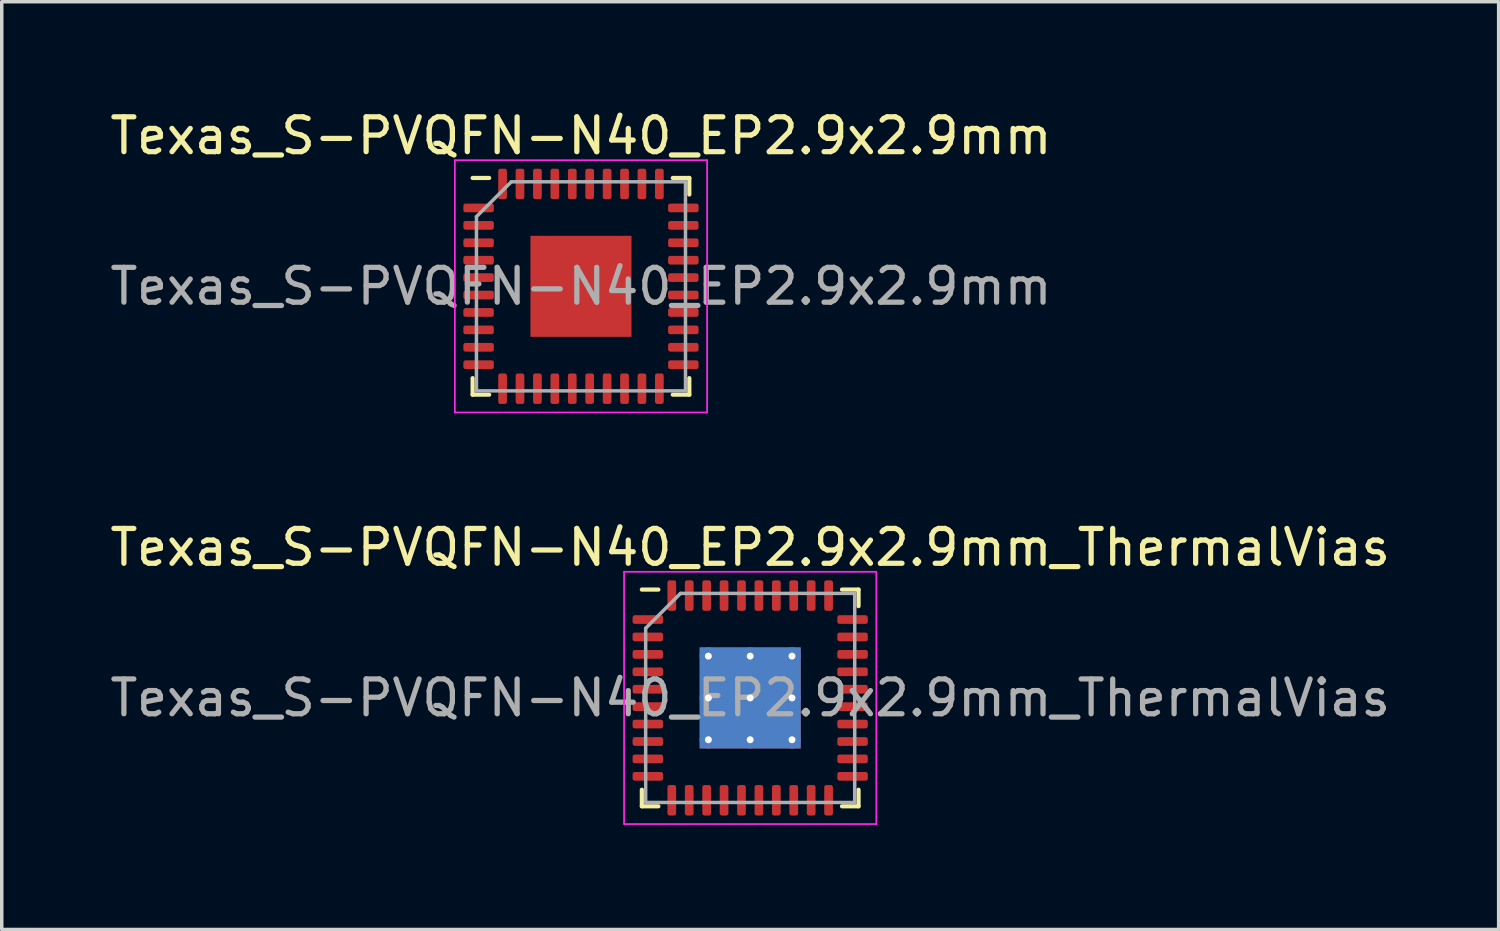
<source format=kicad_pcb>
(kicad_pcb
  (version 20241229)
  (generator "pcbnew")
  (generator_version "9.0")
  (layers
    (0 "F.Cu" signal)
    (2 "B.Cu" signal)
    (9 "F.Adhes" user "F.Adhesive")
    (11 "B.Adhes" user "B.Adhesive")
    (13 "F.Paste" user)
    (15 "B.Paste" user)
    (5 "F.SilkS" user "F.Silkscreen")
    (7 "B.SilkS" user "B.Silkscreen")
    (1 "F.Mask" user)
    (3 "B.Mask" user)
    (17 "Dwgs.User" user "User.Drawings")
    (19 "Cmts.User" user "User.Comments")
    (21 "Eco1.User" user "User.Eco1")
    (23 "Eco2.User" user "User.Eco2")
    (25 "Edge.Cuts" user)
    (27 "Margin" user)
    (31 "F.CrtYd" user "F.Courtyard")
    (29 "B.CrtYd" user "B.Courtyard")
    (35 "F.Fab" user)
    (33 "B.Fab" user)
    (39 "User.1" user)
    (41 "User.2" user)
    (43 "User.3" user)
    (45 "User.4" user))
  (footprint "Texas_S-PVQFN-N40_EP2.9x2.9mm_ThermalVias"
    (layer "F.Cu")
    (at 18.482 16.982)
    (property "Reference" "Texas_S-PVQFN-N40_EP2.9x2.9mm_ThermalVias" (at 0 -4.32 0) (layer "F.SilkS") (effects (font (size 1 1) (thickness 0.15))))
    (attr smd)
    (fp_line (start -3.11 3.11) (end -3.11 2.635) (stroke (width 0.12) (type solid)) (layer "F.SilkS"))
    (fp_line (start -2.635 -3.11) (end -3.11 -3.11) (stroke (width 0.12) (type solid)) (layer "F.SilkS"))
    (fp_line (start -2.635 3.11) (end -3.11 3.11) (stroke (width 0.12) (type solid)) (layer "F.SilkS"))
    (fp_line (start 2.635 -3.11) (end 3.11 -3.11) (stroke (width 0.12) (type solid)) (layer "F.SilkS"))
    (fp_line (start 2.635 3.11) (end 3.11 3.11) (stroke (width 0.12) (type solid)) (layer "F.SilkS"))
    (fp_line (start 3.11 -3.11) (end 3.11 -2.635) (stroke (width 0.12) (type solid)) (layer "F.SilkS"))
    (fp_line (start 3.11 3.11) (end 3.11 2.635) (stroke (width 0.12) (type solid)) (layer "F.SilkS"))
    (fp_line (start -3.62 -3.62) (end -3.62 3.62) (stroke (width 0.05) (type solid)) (layer "F.CrtYd"))
    (fp_line (start -3.62 3.62) (end 3.62 3.62) (stroke (width 0.05) (type solid)) (layer "F.CrtYd"))
    (fp_line (start 3.62 -3.62) (end -3.62 -3.62) (stroke (width 0.05) (type solid)) (layer "F.CrtYd"))
    (fp_line (start 3.62 3.62) (end 3.62 -3.62) (stroke (width 0.05) (type solid)) (layer "F.CrtYd"))
    (fp_line (start -3 -2) (end -2 -3) (stroke (width 0.1) (type solid)) (layer "F.Fab"))
    (fp_line (start -3 3) (end -3 -2) (stroke (width 0.1) (type solid)) (layer "F.Fab"))
    (fp_line (start -2 -3) (end 3 -3) (stroke (width 0.1) (type solid)) (layer "F.Fab"))
    (fp_line (start 3 -3) (end 3 3) (stroke (width 0.1) (type solid)) (layer "F.Fab"))
    (fp_line (start 3 3) (end -3 3) (stroke (width 0.1) (type solid)) (layer "F.Fab"))
    (fp_text user "${REFERENCE}" (at 0 0 0) (layer "F.Fab") (effects (font (size 1 1) (thickness 0.15))))
    (pad "" smd roundrect (at -0.725 -0.725) (size 1.21 1.21) (layers "F.Paste") (roundrect_rratio 0.207))
    (pad "" smd roundrect (at -0.725 0.725) (size 1.21 1.21) (layers "F.Paste") (roundrect_rratio 0.207))
    (pad "" smd roundrect (at 0.725 -0.725) (size 1.21 1.21) (layers "F.Paste") (roundrect_rratio 0.207))
    (pad "" smd roundrect (at 0.725 0.725) (size 1.21 1.21) (layers "F.Paste") (roundrect_rratio 0.207))
    (pad "1" smd roundrect (at -2.938 -2.25) (size 0.875 0.25) (layers "F.Cu" "F.Mask" "F.Paste") (roundrect_rratio 0.25))
    (pad "2" smd roundrect (at -2.938 -1.75) (size 0.875 0.25) (layers "F.Cu" "F.Mask" "F.Paste") (roundrect_rratio 0.25))
    (pad "3" smd roundrect (at -2.938 -1.25) (size 0.875 0.25) (layers "F.Cu" "F.Mask" "F.Paste") (roundrect_rratio 0.25))
    (pad "4" smd roundrect (at -2.938 -0.75) (size 0.875 0.25) (layers "F.Cu" "F.Mask" "F.Paste") (roundrect_rratio 0.25))
    (pad "5" smd roundrect (at -2.938 -0.25) (size 0.875 0.25) (layers "F.Cu" "F.Mask" "F.Paste") (roundrect_rratio 0.25))
    (pad "6" smd roundrect (at -2.938 0.25) (size 0.875 0.25) (layers "F.Cu" "F.Mask" "F.Paste") (roundrect_rratio 0.25))
    (pad "7" smd roundrect (at -2.938 0.75) (size 0.875 0.25) (layers "F.Cu" "F.Mask" "F.Paste") (roundrect_rratio 0.25))
    (pad "8" smd roundrect (at -2.938 1.25) (size 0.875 0.25) (layers "F.Cu" "F.Mask" "F.Paste") (roundrect_rratio 0.25))
    (pad "9" smd roundrect (at -2.938 1.75) (size 0.875 0.25) (layers "F.Cu" "F.Mask" "F.Paste") (roundrect_rratio 0.25))
    (pad "10" smd roundrect (at -2.938 2.25) (size 0.875 0.25) (layers "F.Cu" "F.Mask" "F.Paste") (roundrect_rratio 0.25))
    (pad "11" smd roundrect (at -2.25 2.938) (size 0.25 0.875) (layers "F.Cu" "F.Mask" "F.Paste") (roundrect_rratio 0.25))
    (pad "12" smd roundrect (at -1.75 2.938) (size 0.25 0.875) (layers "F.Cu" "F.Mask" "F.Paste") (roundrect_rratio 0.25))
    (pad "13" smd roundrect (at -1.25 2.938) (size 0.25 0.875) (layers "F.Cu" "F.Mask" "F.Paste") (roundrect_rratio 0.25))
    (pad "14" smd roundrect (at -0.75 2.938) (size 0.25 0.875) (layers "F.Cu" "F.Mask" "F.Paste") (roundrect_rratio 0.25))
    (pad "15" smd roundrect (at -0.25 2.938) (size 0.25 0.875) (layers "F.Cu" "F.Mask" "F.Paste") (roundrect_rratio 0.25))
    (pad "16" smd roundrect (at 0.25 2.938) (size 0.25 0.875) (layers "F.Cu" "F.Mask" "F.Paste") (roundrect_rratio 0.25))
    (pad "17" smd roundrect (at 0.75 2.938) (size 0.25 0.875) (layers "F.Cu" "F.Mask" "F.Paste") (roundrect_rratio 0.25))
    (pad "18" smd roundrect (at 1.25 2.938) (size 0.25 0.875) (layers "F.Cu" "F.Mask" "F.Paste") (roundrect_rratio 0.25))
    (pad "19" smd roundrect (at 1.75 2.938) (size 0.25 0.875) (layers "F.Cu" "F.Mask" "F.Paste") (roundrect_rratio 0.25))
    (pad "20" smd roundrect (at 2.25 2.938) (size 0.25 0.875) (layers "F.Cu" "F.Mask" "F.Paste") (roundrect_rratio 0.25))
    (pad "21" smd roundrect (at 2.938 2.25) (size 0.875 0.25) (layers "F.Cu" "F.Mask" "F.Paste") (roundrect_rratio 0.25))
    (pad "22" smd roundrect (at 2.938 1.75) (size 0.875 0.25) (layers "F.Cu" "F.Mask" "F.Paste") (roundrect_rratio 0.25))
    (pad "23" smd roundrect (at 2.938 1.25) (size 0.875 0.25) (layers "F.Cu" "F.Mask" "F.Paste") (roundrect_rratio 0.25))
    (pad "24" smd roundrect (at 2.938 0.75) (size 0.875 0.25) (layers "F.Cu" "F.Mask" "F.Paste") (roundrect_rratio 0.25))
    (pad "25" smd roundrect (at 2.938 0.25) (size 0.875 0.25) (layers "F.Cu" "F.Mask" "F.Paste") (roundrect_rratio 0.25))
    (pad "26" smd roundrect (at 2.938 -0.25) (size 0.875 0.25) (layers "F.Cu" "F.Mask" "F.Paste") (roundrect_rratio 0.25))
    (pad "27" smd roundrect (at 2.938 -0.75) (size 0.875 0.25) (layers "F.Cu" "F.Mask" "F.Paste") (roundrect_rratio 0.25))
    (pad "28" smd roundrect (at 2.938 -1.25) (size 0.875 0.25) (layers "F.Cu" "F.Mask" "F.Paste") (roundrect_rratio 0.25))
    (pad "29" smd roundrect (at 2.938 -1.75) (size 0.875 0.25) (layers "F.Cu" "F.Mask" "F.Paste") (roundrect_rratio 0.25))
    (pad "30" smd roundrect (at 2.938 -2.25) (size 0.875 0.25) (layers "F.Cu" "F.Mask" "F.Paste") (roundrect_rratio 0.25))
    (pad "31" smd roundrect (at 2.25 -2.938) (size 0.25 0.875) (layers "F.Cu" "F.Mask" "F.Paste") (roundrect_rratio 0.25))
    (pad "32" smd roundrect (at 1.75 -2.938) (size 0.25 0.875) (layers "F.Cu" "F.Mask" "F.Paste") (roundrect_rratio 0.25))
    (pad "33" smd roundrect (at 1.25 -2.938) (size 0.25 0.875) (layers "F.Cu" "F.Mask" "F.Paste") (roundrect_rratio 0.25))
    (pad "34" smd roundrect (at 0.75 -2.938) (size 0.25 0.875) (layers "F.Cu" "F.Mask" "F.Paste") (roundrect_rratio 0.25))
    (pad "35" smd roundrect (at 0.25 -2.938) (size 0.25 0.875) (layers "F.Cu" "F.Mask" "F.Paste") (roundrect_rratio 0.25))
    (pad "36" smd roundrect (at -0.25 -2.938) (size 0.25 0.875) (layers "F.Cu" "F.Mask" "F.Paste") (roundrect_rratio 0.25))
    (pad "37" smd roundrect (at -0.75 -2.938) (size 0.25 0.875) (layers "F.Cu" "F.Mask" "F.Paste") (roundrect_rratio 0.25))
    (pad "38" smd roundrect (at -1.25 -2.938) (size 0.25 0.875) (layers "F.Cu" "F.Mask" "F.Paste") (roundrect_rratio 0.25))
    (pad "39" smd roundrect (at -1.75 -2.938) (size 0.25 0.875) (layers "F.Cu" "F.Mask" "F.Paste") (roundrect_rratio 0.25))
    (pad "40" smd roundrect (at -2.25 -2.938) (size 0.25 0.875) (layers "F.Cu" "F.Mask" "F.Paste") (roundrect_rratio 0.25))
    (pad "41" thru_hole circle (at -1.2 -1.2) (size 0.5 0.5) (drill 0.2) (layers "*.Cu"))
    (pad "41" thru_hole circle (at -1.2 0) (size 0.5 0.5) (drill 0.2) (layers "*.Cu"))
    (pad "41" thru_hole circle (at -1.2 1.2) (size 0.5 0.5) (drill 0.2) (layers "*.Cu"))
    (pad "41" thru_hole circle (at 0 -1.2) (size 0.5 0.5) (drill 0.2) (layers "*.Cu"))
    (pad "41" thru_hole circle (at 0 0) (size 0.5 0.5) (drill 0.2) (layers "*.Cu"))
    (pad "41" smd rect (at 0 0) (size 2.9 2.9) (layers "F.Cu" "F.Mask"))
    (pad "41" smd rect (at 0 0) (size 2.9 2.9) (layers "B.Cu"))
    (pad "41" thru_hole circle (at 0 1.2) (size 0.5 0.5) (drill 0.2) (layers "*.Cu"))
    (pad "41" thru_hole circle (at 1.2 -1.2) (size 0.5 0.5) (drill 0.2) (layers "*.Cu"))
    (pad "41" thru_hole circle (at 1.2 0) (size 0.5 0.5) (drill 0.2) (layers "*.Cu"))
    (pad "41" thru_hole circle (at 1.2 1.2) (size 0.5 0.5) (drill 0.2) (layers "*.Cu")))
  (footprint "Texas_S-PVQFN-N40_EP2.9x2.9mm"
    (layer "F.Cu")
    (at 13.625 5.168)
    (property "Reference" "Texas_S-PVQFN-N40_EP2.9x2.9mm" (at 0 -4.32 0) (layer "F.SilkS") (effects (font (size 1 1) (thickness 0.15))))
    (attr smd)
    (fp_line (start -3.11 3.11) (end -3.11 2.635) (stroke (width 0.12) (type solid)) (layer "F.SilkS"))
    (fp_line (start -2.635 -3.11) (end -3.11 -3.11) (stroke (width 0.12) (type solid)) (layer "F.SilkS"))
    (fp_line (start -2.635 3.11) (end -3.11 3.11) (stroke (width 0.12) (type solid)) (layer "F.SilkS"))
    (fp_line (start 2.635 -3.11) (end 3.11 -3.11) (stroke (width 0.12) (type solid)) (layer "F.SilkS"))
    (fp_line (start 2.635 3.11) (end 3.11 3.11) (stroke (width 0.12) (type solid)) (layer "F.SilkS"))
    (fp_line (start 3.11 -3.11) (end 3.11 -2.635) (stroke (width 0.12) (type solid)) (layer "F.SilkS"))
    (fp_line (start 3.11 3.11) (end 3.11 2.635) (stroke (width 0.12) (type solid)) (layer "F.SilkS"))
    (fp_line (start -3.62 -3.62) (end -3.62 3.62) (stroke (width 0.05) (type solid)) (layer "F.CrtYd"))
    (fp_line (start -3.62 3.62) (end 3.62 3.62) (stroke (width 0.05) (type solid)) (layer "F.CrtYd"))
    (fp_line (start 3.62 -3.62) (end -3.62 -3.62) (stroke (width 0.05) (type solid)) (layer "F.CrtYd"))
    (fp_line (start 3.62 3.62) (end 3.62 -3.62) (stroke (width 0.05) (type solid)) (layer "F.CrtYd"))
    (fp_line (start -3 -2) (end -2 -3) (stroke (width 0.1) (type solid)) (layer "F.Fab"))
    (fp_line (start -3 3) (end -3 -2) (stroke (width 0.1) (type solid)) (layer "F.Fab"))
    (fp_line (start -2 -3) (end 3 -3) (stroke (width 0.1) (type solid)) (layer "F.Fab"))
    (fp_line (start 3 -3) (end 3 3) (stroke (width 0.1) (type solid)) (layer "F.Fab"))
    (fp_line (start 3 3) (end -3 3) (stroke (width 0.1) (type solid)) (layer "F.Fab"))
    (fp_text user "${REFERENCE}" (at 0 0 0) (layer "F.Fab") (effects (font (size 1 1) (thickness 0.15))))
    (pad "" smd roundrect (at -0.725 -0.725) (size 1.17 1.17) (layers "F.Paste") (roundrect_rratio 0.214))
    (pad "" smd roundrect (at -0.725 0.725) (size 1.17 1.17) (layers "F.Paste") (roundrect_rratio 0.214))
    (pad "" smd roundrect (at 0.725 -0.725) (size 1.17 1.17) (layers "F.Paste") (roundrect_rratio 0.214))
    (pad "" smd roundrect (at 0.725 0.725) (size 1.17 1.17) (layers "F.Paste") (roundrect_rratio 0.214))
    (pad "1" smd roundrect (at -2.938 -2.25) (size 0.875 0.25) (layers "F.Cu" "F.Mask" "F.Paste") (roundrect_rratio 0.25))
    (pad "2" smd roundrect (at -2.938 -1.75) (size 0.875 0.25) (layers "F.Cu" "F.Mask" "F.Paste") (roundrect_rratio 0.25))
    (pad "3" smd roundrect (at -2.938 -1.25) (size 0.875 0.25) (layers "F.Cu" "F.Mask" "F.Paste") (roundrect_rratio 0.25))
    (pad "4" smd roundrect (at -2.938 -0.75) (size 0.875 0.25) (layers "F.Cu" "F.Mask" "F.Paste") (roundrect_rratio 0.25))
    (pad "5" smd roundrect (at -2.938 -0.25) (size 0.875 0.25) (layers "F.Cu" "F.Mask" "F.Paste") (roundrect_rratio 0.25))
    (pad "6" smd roundrect (at -2.938 0.25) (size 0.875 0.25) (layers "F.Cu" "F.Mask" "F.Paste") (roundrect_rratio 0.25))
    (pad "7" smd roundrect (at -2.938 0.75) (size 0.875 0.25) (layers "F.Cu" "F.Mask" "F.Paste") (roundrect_rratio 0.25))
    (pad "8" smd roundrect (at -2.938 1.25) (size 0.875 0.25) (layers "F.Cu" "F.Mask" "F.Paste") (roundrect_rratio 0.25))
    (pad "9" smd roundrect (at -2.938 1.75) (size 0.875 0.25) (layers "F.Cu" "F.Mask" "F.Paste") (roundrect_rratio 0.25))
    (pad "10" smd roundrect (at -2.938 2.25) (size 0.875 0.25) (layers "F.Cu" "F.Mask" "F.Paste") (roundrect_rratio 0.25))
    (pad "11" smd roundrect (at -2.25 2.938) (size 0.25 0.875) (layers "F.Cu" "F.Mask" "F.Paste") (roundrect_rratio 0.25))
    (pad "12" smd roundrect (at -1.75 2.938) (size 0.25 0.875) (layers "F.Cu" "F.Mask" "F.Paste") (roundrect_rratio 0.25))
    (pad "13" smd roundrect (at -1.25 2.938) (size 0.25 0.875) (layers "F.Cu" "F.Mask" "F.Paste") (roundrect_rratio 0.25))
    (pad "14" smd roundrect (at -0.75 2.938) (size 0.25 0.875) (layers "F.Cu" "F.Mask" "F.Paste") (roundrect_rratio 0.25))
    (pad "15" smd roundrect (at -0.25 2.938) (size 0.25 0.875) (layers "F.Cu" "F.Mask" "F.Paste") (roundrect_rratio 0.25))
    (pad "16" smd roundrect (at 0.25 2.938) (size 0.25 0.875) (layers "F.Cu" "F.Mask" "F.Paste") (roundrect_rratio 0.25))
    (pad "17" smd roundrect (at 0.75 2.938) (size 0.25 0.875) (layers "F.Cu" "F.Mask" "F.Paste") (roundrect_rratio 0.25))
    (pad "18" smd roundrect (at 1.25 2.938) (size 0.25 0.875) (layers "F.Cu" "F.Mask" "F.Paste") (roundrect_rratio 0.25))
    (pad "19" smd roundrect (at 1.75 2.938) (size 0.25 0.875) (layers "F.Cu" "F.Mask" "F.Paste") (roundrect_rratio 0.25))
    (pad "20" smd roundrect (at 2.25 2.938) (size 0.25 0.875) (layers "F.Cu" "F.Mask" "F.Paste") (roundrect_rratio 0.25))
    (pad "21" smd roundrect (at 2.938 2.25) (size 0.875 0.25) (layers "F.Cu" "F.Mask" "F.Paste") (roundrect_rratio 0.25))
    (pad "22" smd roundrect (at 2.938 1.75) (size 0.875 0.25) (layers "F.Cu" "F.Mask" "F.Paste") (roundrect_rratio 0.25))
    (pad "23" smd roundrect (at 2.938 1.25) (size 0.875 0.25) (layers "F.Cu" "F.Mask" "F.Paste") (roundrect_rratio 0.25))
    (pad "24" smd roundrect (at 2.938 0.75) (size 0.875 0.25) (layers "F.Cu" "F.Mask" "F.Paste") (roundrect_rratio 0.25))
    (pad "25" smd roundrect (at 2.938 0.25) (size 0.875 0.25) (layers "F.Cu" "F.Mask" "F.Paste") (roundrect_rratio 0.25))
    (pad "26" smd roundrect (at 2.938 -0.25) (size 0.875 0.25) (layers "F.Cu" "F.Mask" "F.Paste") (roundrect_rratio 0.25))
    (pad "27" smd roundrect (at 2.938 -0.75) (size 0.875 0.25) (layers "F.Cu" "F.Mask" "F.Paste") (roundrect_rratio 0.25))
    (pad "28" smd roundrect (at 2.938 -1.25) (size 0.875 0.25) (layers "F.Cu" "F.Mask" "F.Paste") (roundrect_rratio 0.25))
    (pad "29" smd roundrect (at 2.938 -1.75) (size 0.875 0.25) (layers "F.Cu" "F.Mask" "F.Paste") (roundrect_rratio 0.25))
    (pad "30" smd roundrect (at 2.938 -2.25) (size 0.875 0.25) (layers "F.Cu" "F.Mask" "F.Paste") (roundrect_rratio 0.25))
    (pad "31" smd roundrect (at 2.25 -2.938) (size 0.25 0.875) (layers "F.Cu" "F.Mask" "F.Paste") (roundrect_rratio 0.25))
    (pad "32" smd roundrect (at 1.75 -2.938) (size 0.25 0.875) (layers "F.Cu" "F.Mask" "F.Paste") (roundrect_rratio 0.25))
    (pad "33" smd roundrect (at 1.25 -2.938) (size 0.25 0.875) (layers "F.Cu" "F.Mask" "F.Paste") (roundrect_rratio 0.25))
    (pad "34" smd roundrect (at 0.75 -2.938) (size 0.25 0.875) (layers "F.Cu" "F.Mask" "F.Paste") (roundrect_rratio 0.25))
    (pad "35" smd roundrect (at 0.25 -2.938) (size 0.25 0.875) (layers "F.Cu" "F.Mask" "F.Paste") (roundrect_rratio 0.25))
    (pad "36" smd roundrect (at -0.25 -2.938) (size 0.25 0.875) (layers "F.Cu" "F.Mask" "F.Paste") (roundrect_rratio 0.25))
    (pad "37" smd roundrect (at -0.75 -2.938) (size 0.25 0.875) (layers "F.Cu" "F.Mask" "F.Paste") (roundrect_rratio 0.25))
    (pad "38" smd roundrect (at -1.25 -2.938) (size 0.25 0.875) (layers "F.Cu" "F.Mask" "F.Paste") (roundrect_rratio 0.25))
    (pad "39" smd roundrect (at -1.75 -2.938) (size 0.25 0.875) (layers "F.Cu" "F.Mask" "F.Paste") (roundrect_rratio 0.25))
    (pad "40" smd roundrect (at -2.25 -2.938) (size 0.25 0.875) (layers "F.Cu" "F.Mask" "F.Paste") (roundrect_rratio 0.25))
    (pad "41" smd rect (at 0 0) (size 2.9 2.9) (layers "F.Cu" "F.Mask")))
  (gr_rect
    (start -3 -3)
    (end 39.964 23.627)
    (stroke (width 0.1) (type default))
    (fill no)
    (layer "Edge.Cuts")))
</source>
